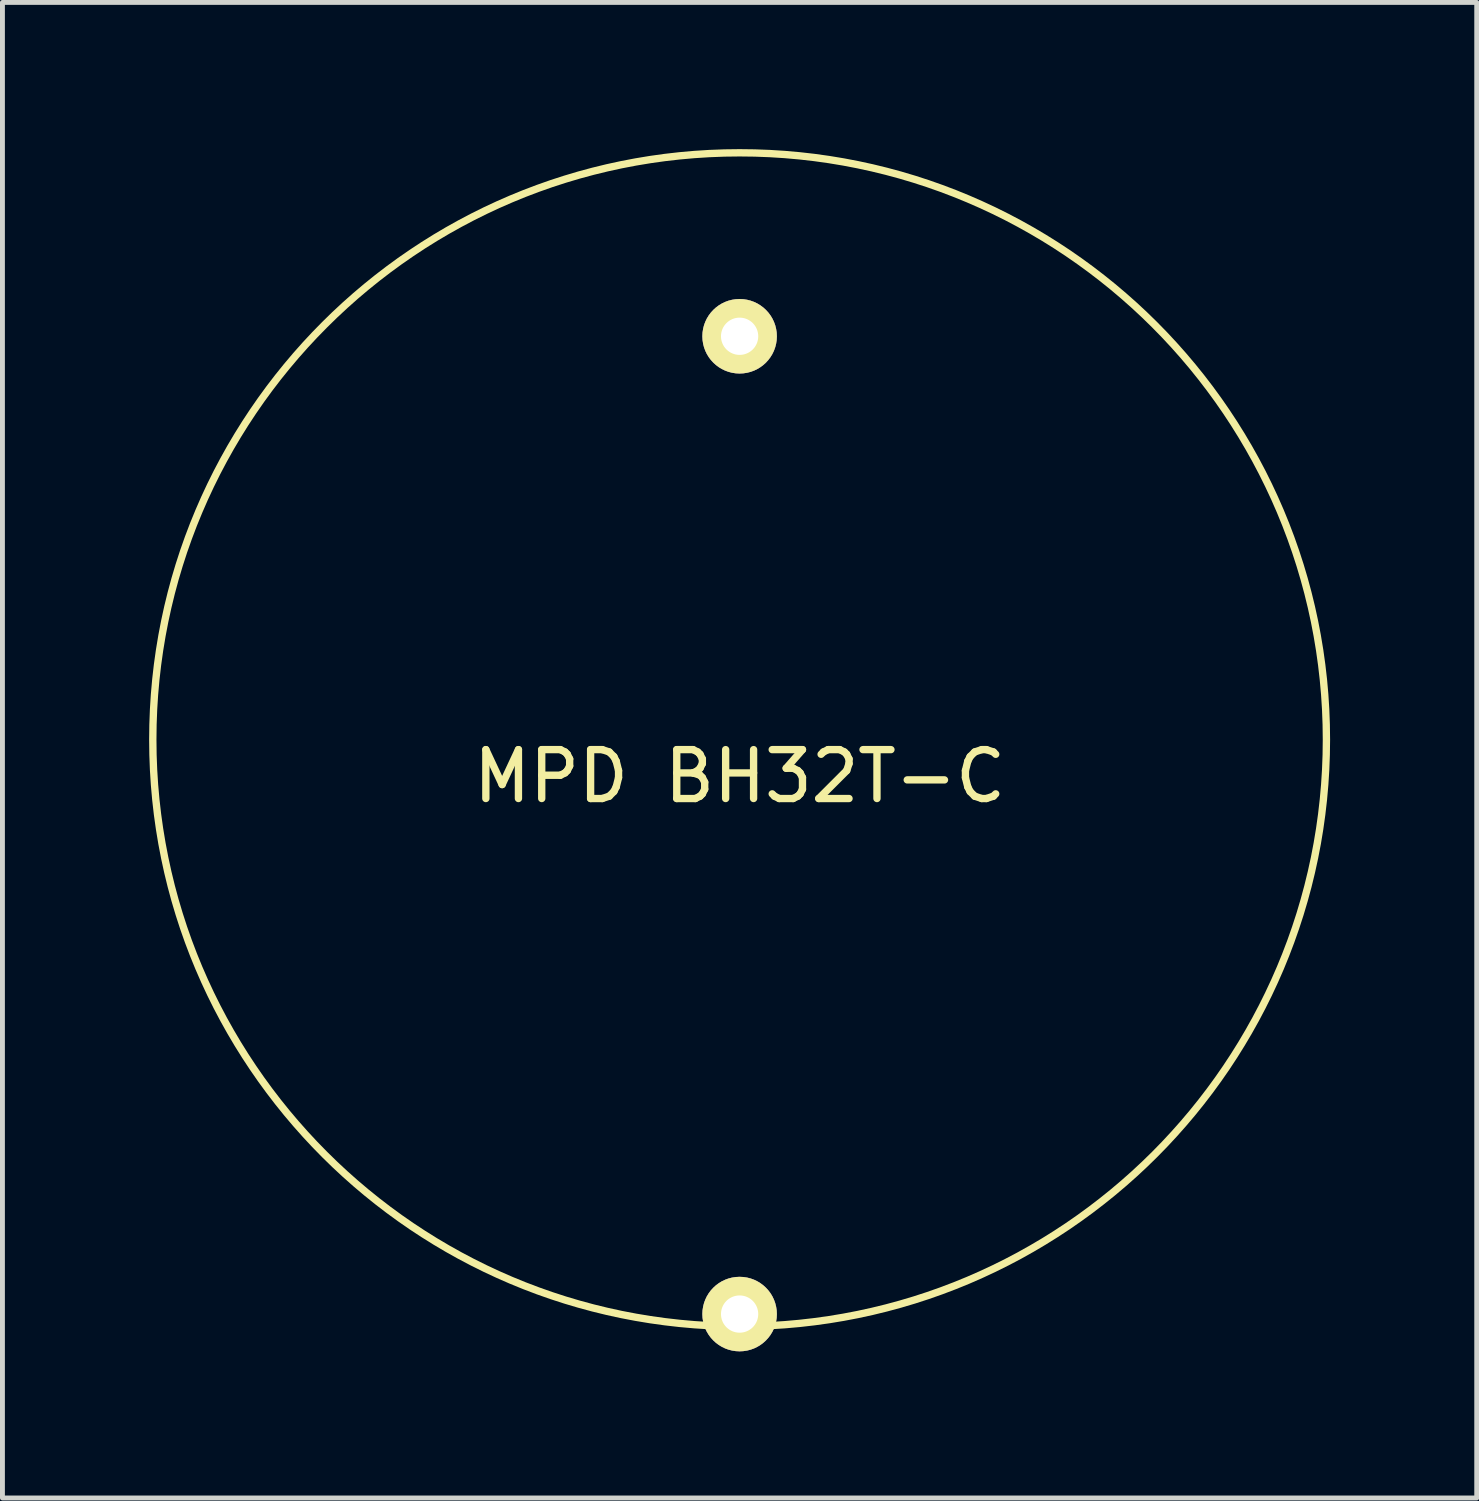
<source format=kicad_pcb>
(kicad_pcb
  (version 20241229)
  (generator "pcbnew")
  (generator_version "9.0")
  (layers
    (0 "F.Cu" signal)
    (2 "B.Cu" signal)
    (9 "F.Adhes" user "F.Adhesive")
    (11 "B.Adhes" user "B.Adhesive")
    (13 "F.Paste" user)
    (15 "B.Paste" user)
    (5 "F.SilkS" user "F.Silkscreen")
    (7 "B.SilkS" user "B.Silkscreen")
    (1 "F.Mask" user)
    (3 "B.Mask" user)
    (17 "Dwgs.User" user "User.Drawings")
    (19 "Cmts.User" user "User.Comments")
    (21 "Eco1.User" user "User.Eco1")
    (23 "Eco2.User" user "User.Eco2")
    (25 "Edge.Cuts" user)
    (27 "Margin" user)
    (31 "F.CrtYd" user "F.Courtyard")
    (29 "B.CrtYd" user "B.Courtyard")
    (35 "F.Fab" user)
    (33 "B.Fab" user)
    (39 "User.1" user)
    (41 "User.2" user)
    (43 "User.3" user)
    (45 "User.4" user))
  (footprint "MPD BH32T-C"
    (layer "F.Cu")
    (at 12.078 12.078)
    (property "Reference" "MPD BH32T-C" (at 0 0.75 0) (layer "F.SilkS") (effects (font (size 1 1) (thickness 0.15))))
    (attr through_hole)
    (fp_circle (center 0 0) (end 12 -0.25) (stroke (width 0.15) (type solid)) (fill no) (layer "F.SilkS"))
    (pad "1" thru_hole circle (at 0 11.75) (size 1.524 1.524) (drill 0.762) (layers "*.Cu" "*.Mask" "F.SilkS"))
    (pad "2" thru_hole circle (at 0 -8.25) (size 1.524 1.524) (drill 0.762) (layers "*.Cu" "*.Mask" "F.SilkS")))
  (gr_rect
    (start -3 -3)
    (end 27.155 27.59)
    (stroke (width 0.1) (type default))
    (fill no)
    (layer "Edge.Cuts")))
</source>
